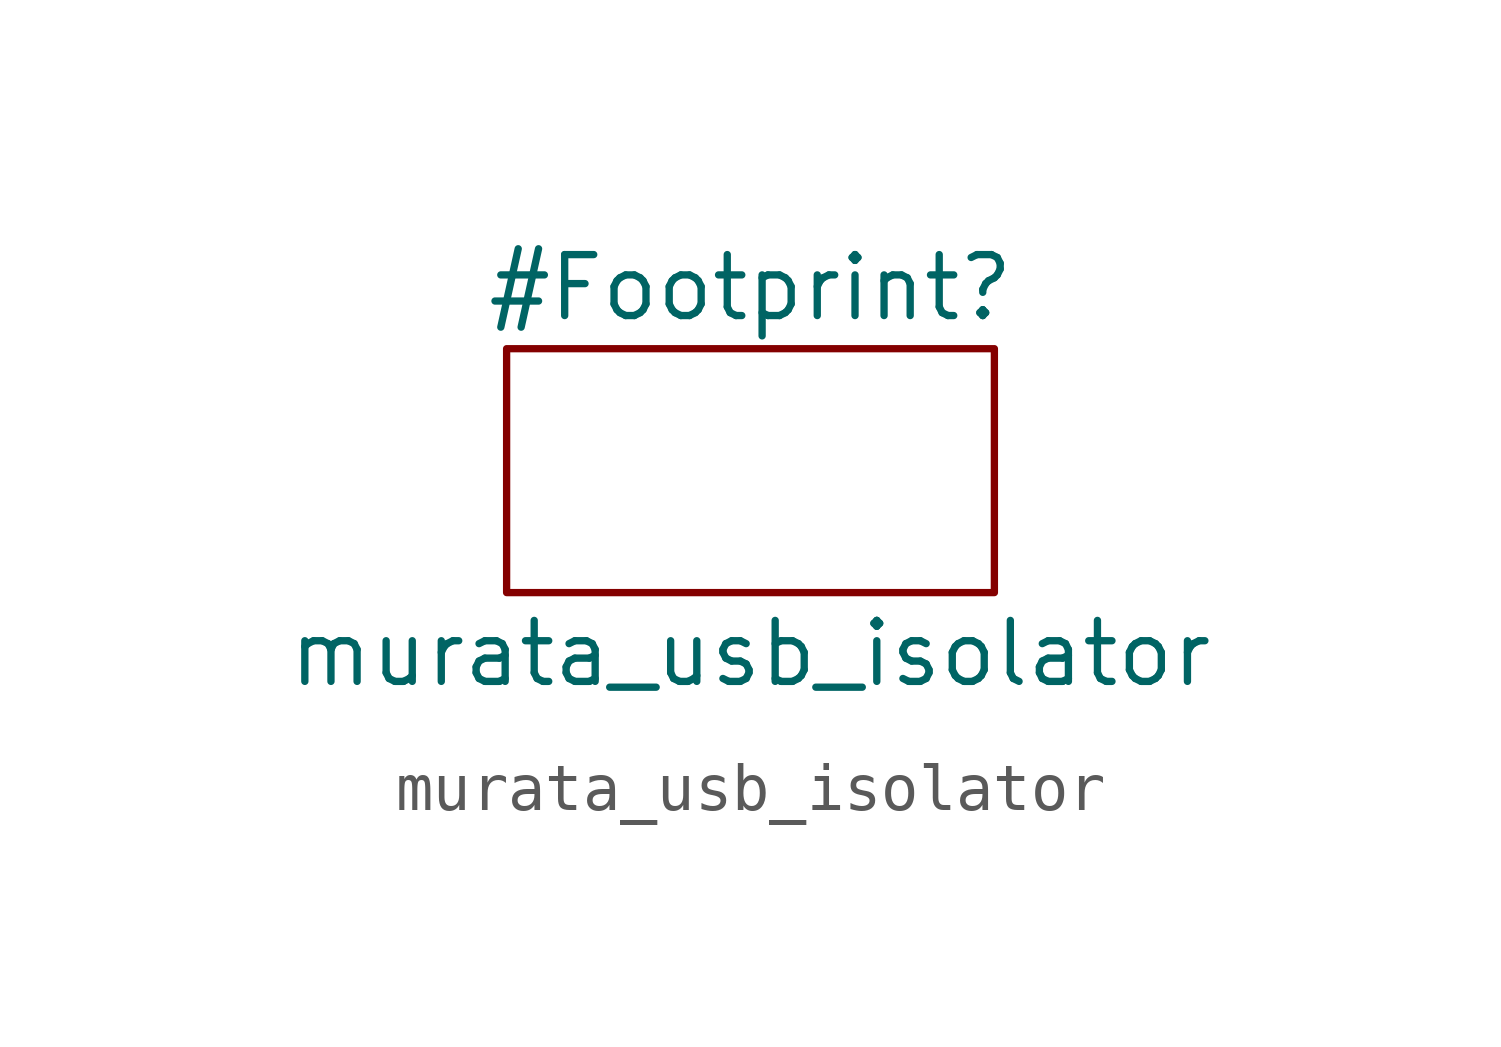
<source format=kicad_sym>
(kicad_symbol_lib
  (version 20211014)
  (generator kicad_symbol_editor)
  (symbol "murata_usb_isolator"
    (property "Reference" "#Footprint"
      (at 0 0 0)
      (effects (font (size 1.27 1.27))))
    (property "Value" "murata_usb_isolator"
      (at 0 -7.62 0)
      (effects (font (size 1.27 1.27))))
    (symbol "murata_usb_isolator_0_1"
      (rectangle (start -5.08 -1.27) (end 5.08 -6.35) (stroke (width 0) (type default) (color 0 0 0 0)) (fill (type none))))))
</source>
